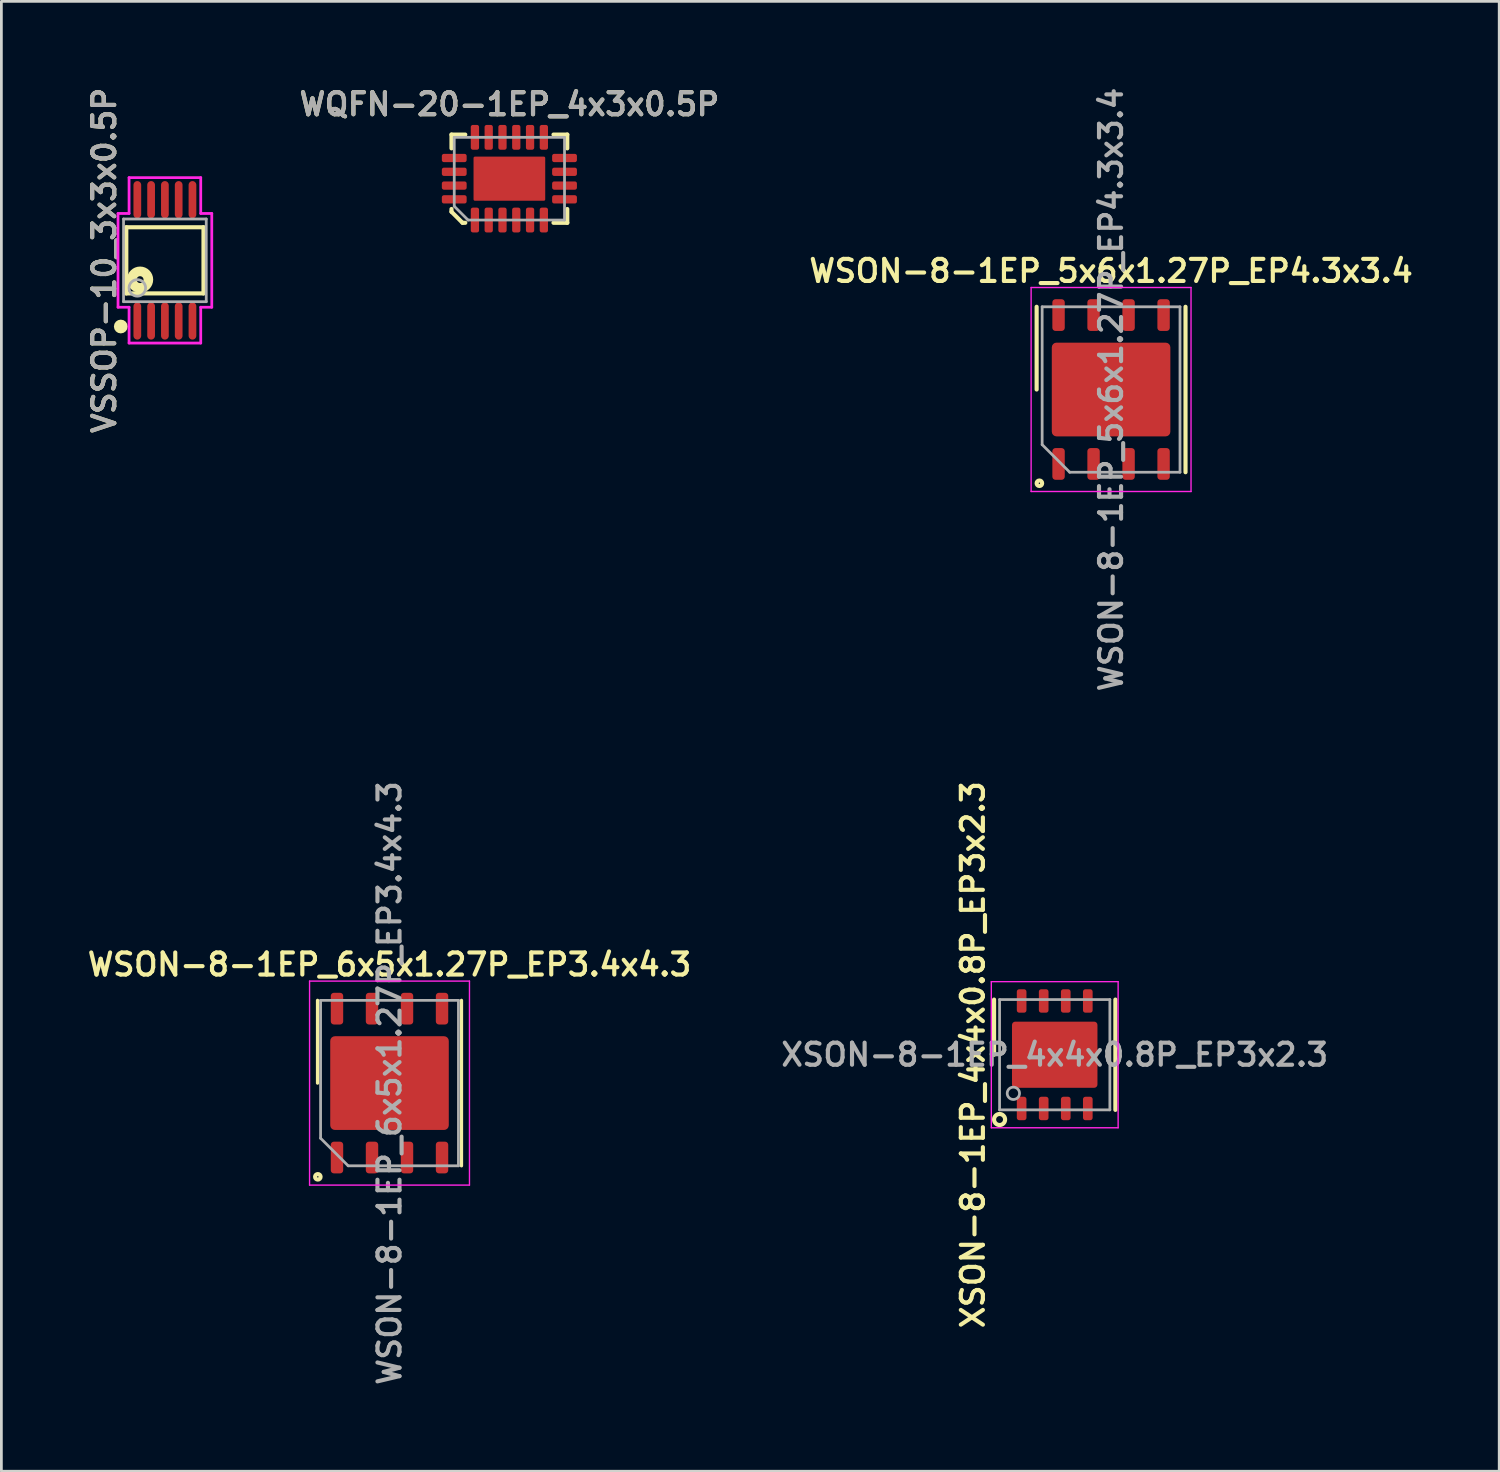
<source format=kicad_pcb>
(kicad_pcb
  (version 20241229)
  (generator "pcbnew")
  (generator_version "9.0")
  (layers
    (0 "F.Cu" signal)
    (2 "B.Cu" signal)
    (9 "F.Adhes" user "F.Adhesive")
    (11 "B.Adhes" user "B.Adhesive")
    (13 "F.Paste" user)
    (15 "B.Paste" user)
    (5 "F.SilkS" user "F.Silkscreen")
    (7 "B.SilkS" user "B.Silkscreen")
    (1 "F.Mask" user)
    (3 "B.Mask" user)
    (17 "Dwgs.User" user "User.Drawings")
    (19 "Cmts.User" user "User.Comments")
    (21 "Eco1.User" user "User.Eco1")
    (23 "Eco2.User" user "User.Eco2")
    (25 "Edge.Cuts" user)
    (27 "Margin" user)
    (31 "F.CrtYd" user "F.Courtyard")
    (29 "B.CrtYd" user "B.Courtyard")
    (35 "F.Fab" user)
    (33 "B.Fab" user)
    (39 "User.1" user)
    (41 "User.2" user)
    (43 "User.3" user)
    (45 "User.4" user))
  (footprint "WSON-8-1EP_6x5x1.27P_EP3.4x4.3"
    (layer "F.Cu")
    (at 11.078 36.235)
    (property "Reference" "WSON-8-1EP_6x5x1.27P_EP3.4x4.3" (at 0 -4.3 180) (layer "F.SilkS") (effects (font (size 0.8 0.8) (thickness 0.15))))
    (attr smd)
    (fp_line (start -2.61 0) (end -2.61 -3) (stroke (width 0.12) (type solid)) (layer "F.SilkS"))
    (fp_line (start 2.61 3) (end 2.61 -3) (stroke (width 0.12) (type solid)) (layer "F.SilkS"))
    (fp_circle (center -2.6 3.4) (end -2.6 3.3) (stroke (width 0.15) (type solid)) (fill no) (layer "F.SilkS"))
    (fp_line (start -2.9 -3.7) (end 2.9 -3.7) (stroke (width 0.05) (type solid)) (layer "F.CrtYd"))
    (fp_line (start -2.9 3.7) (end -2.9 -3.7) (stroke (width 0.05) (type solid)) (layer "F.CrtYd"))
    (fp_line (start 2.9 -3.7) (end 2.9 3.7) (stroke (width 0.05) (type solid)) (layer "F.CrtYd"))
    (fp_line (start 2.9 3.7) (end -2.9 3.7) (stroke (width 0.05) (type solid)) (layer "F.CrtYd"))
    (fp_line (start -2.5 -3) (end 2.5 -3) (stroke (width 0.1) (type solid)) (layer "F.Fab"))
    (fp_line (start -2.5 2) (end -2.5 -3) (stroke (width 0.1) (type solid)) (layer "F.Fab"))
    (fp_line (start -1.5 3) (end -2.5 2) (stroke (width 0.1) (type solid)) (layer "F.Fab"))
    (fp_line (start 2.5 -3) (end 2.5 3) (stroke (width 0.1) (type solid)) (layer "F.Fab"))
    (fp_line (start 2.5 3) (end -1.5 3) (stroke (width 0.1) (type solid)) (layer "F.Fab"))
    (fp_text user "${REFERENCE}" (at 0 0 90) (layer "F.Fab") (effects (font (size 0.8 0.8) (thickness 0.15))))
    (pad "" smd roundrect (at -1.075 -0.85 90) (size 1.37 1.73) (layers "F.Paste") (roundrect_rratio 0.182))
    (pad "" smd roundrect (at -1.075 0.85 90) (size 1.37 1.73) (layers "F.Paste") (roundrect_rratio 0.182))
    (pad "" smd roundrect (at 1.075 -0.85 90) (size 1.37 1.73) (layers "F.Paste") (roundrect_rratio 0.182))
    (pad "" smd roundrect (at 1.075 0.85 90) (size 1.37 1.73) (layers "F.Paste") (roundrect_rratio 0.182))
    (pad "1" smd roundrect (at -1.905 2.7 90) (size 1.15 0.45) (layers "F.Cu" "F.Mask" "F.Paste") (roundrect_rratio 0.25))
    (pad "2" smd roundrect (at -0.635 2.7 90) (size 1.15 0.45) (layers "F.Cu" "F.Mask" "F.Paste") (roundrect_rratio 0.25))
    (pad "3" smd roundrect (at 0.635 2.7 90) (size 1.15 0.45) (layers "F.Cu" "F.Mask" "F.Paste") (roundrect_rratio 0.25))
    (pad "4" smd roundrect (at 1.905 2.7 90) (size 1.15 0.45) (layers "F.Cu" "F.Mask" "F.Paste") (roundrect_rratio 0.25))
    (pad "5" smd roundrect (at 1.905 -2.7 90) (size 1.15 0.45) (layers "F.Cu" "F.Mask" "F.Paste") (roundrect_rratio 0.25))
    (pad "6" smd roundrect (at 0.635 -2.7 90) (size 1.15 0.45) (layers "F.Cu" "F.Mask" "F.Paste") (roundrect_rratio 0.25))
    (pad "7" smd roundrect (at -0.635 -2.7 90) (size 1.15 0.45) (layers "F.Cu" "F.Mask" "F.Paste") (roundrect_rratio 0.25))
    (pad "8" smd roundrect (at -1.905 -2.7 90) (size 1.15 0.45) (layers "F.Cu" "F.Mask" "F.Paste") (roundrect_rratio 0.25))
    (pad "9" smd roundrect (at 0 0 90) (size 3.4 4.3) (layers "F.Cu" "F.Mask") (roundrect_rratio 0.05)))
  (footprint "WQFN-20-1EP_4x3x0.5P"
    (layer "F.Cu")
    (at 15.426 3.431)
    (property "Reference" "WQFN-20-1EP_4x3x0.5P" (at 0 -2.7 0) (layer "F.SilkS") (effects (font (size 0.8 0.8) (thickness 0.15))))
    (attr smd)
    (fp_line (start -2.1 -1.6) (end -1.6 -1.6) (stroke (width 0.15) (type solid)) (layer "F.SilkS"))
    (fp_line (start -2.1 -1.1) (end -2.1 -1.6) (stroke (width 0.15) (type solid)) (layer "F.SilkS"))
    (fp_line (start -2.1 1.2) (end -2.1 1.1) (stroke (width 0.15) (type solid)) (layer "F.SilkS"))
    (fp_line (start -1.7 1.6) (end -2.1 1.2) (stroke (width 0.15) (type solid)) (layer "F.SilkS"))
    (fp_line (start -1.6 1.6) (end -1.7 1.6) (stroke (width 0.15) (type solid)) (layer "F.SilkS"))
    (fp_line (start 1.6 -1.6) (end 2.1 -1.6) (stroke (width 0.15) (type solid)) (layer "F.SilkS"))
    (fp_line (start 2.1 -1.6) (end 2.1 -1.1) (stroke (width 0.15) (type solid)) (layer "F.SilkS"))
    (fp_line (start 2.1 1.1) (end 2.1 1.6) (stroke (width 0.15) (type solid)) (layer "F.SilkS"))
    (fp_line (start 2.1 1.6) (end 1.6 1.6) (stroke (width 0.15) (type solid)) (layer "F.SilkS"))
    (fp_poly (pts (xy -0.1 0.7) (xy -1.2 0.7) (xy -1.2 -0.7) (xy -0.1 -0.7)) (stroke (width 0.1) (type solid)) (fill yes) (layer "F.Paste"))
    (fp_poly (pts (xy 1.2 0.7) (xy 0.1 0.7) (xy 0.1 -0.7) (xy 1.2 -0.7)) (stroke (width 0.1) (type solid)) (fill yes) (layer "F.Paste"))
    (fp_line (start -2 -1.5) (end 2 -1.5) (stroke (width 0.1) (type solid)) (layer "F.Fab"))
    (fp_line (start -2 1) (end -2 -1.5) (stroke (width 0.1) (type solid)) (layer "F.Fab"))
    (fp_line (start -1.5 1.5) (end -2 1) (stroke (width 0.1) (type solid)) (layer "F.Fab"))
    (fp_line (start 2 -1.5) (end 2 1.5) (stroke (width 0.1) (type solid)) (layer "F.Fab"))
    (fp_line (start 2 1.5) (end -1.5 1.5) (stroke (width 0.1) (type solid)) (layer "F.Fab"))
    (fp_text user "${REFERENCE}" (at 0 -2.7 0) (layer "F.Fab") (effects (font (size 0.8 0.8) (thickness 0.15))))
    (pad "1" smd roundrect (at -1.25 1.5 180) (size 0.3 0.9) (layers "F.Cu" "F.Mask" "F.Paste") (roundrect_rratio 0.25))
    (pad "2" smd roundrect (at -0.75 1.5) (size 0.3 0.9) (layers "F.Cu" "F.Mask" "F.Paste") (roundrect_rratio 0.25))
    (pad "3" smd roundrect (at -0.25 1.5) (size 0.3 0.9) (layers "F.Cu" "F.Mask" "F.Paste") (roundrect_rratio 0.25))
    (pad "4" smd roundrect (at 0.25 1.5) (size 0.3 0.9) (layers "F.Cu" "F.Mask" "F.Paste") (roundrect_rratio 0.25))
    (pad "5" smd roundrect (at 0.75 1.5) (size 0.3 0.9) (layers "F.Cu" "F.Mask" "F.Paste") (roundrect_rratio 0.25))
    (pad "6" smd roundrect (at 1.25 1.5) (size 0.3 0.9) (layers "F.Cu" "F.Mask" "F.Paste") (roundrect_rratio 0.25))
    (pad "7" smd roundrect (at 2 0.75 90) (size 0.3 0.9) (layers "F.Cu" "F.Mask" "F.Paste") (roundrect_rratio 0.25))
    (pad "8" smd roundrect (at 2 0.25 90) (size 0.3 0.9) (layers "F.Cu" "F.Mask" "F.Paste") (roundrect_rratio 0.25))
    (pad "9" smd roundrect (at 2 -0.25 90) (size 0.3 0.9) (layers "F.Cu" "F.Mask" "F.Paste") (roundrect_rratio 0.25))
    (pad "10" smd roundrect (at 2 -0.75 90) (size 0.3 0.9) (layers "F.Cu" "F.Mask" "F.Paste") (roundrect_rratio 0.25))
    (pad "11" smd roundrect (at 1.25 -1.5 180) (size 0.3 0.9) (layers "F.Cu" "F.Mask" "F.Paste") (roundrect_rratio 0.25))
    (pad "12" smd roundrect (at 0.75 -1.5 180) (size 0.3 0.9) (layers "F.Cu" "F.Mask" "F.Paste") (roundrect_rratio 0.25))
    (pad "13" smd roundrect (at 0.25 -1.5 180) (size 0.3 0.9) (layers "F.Cu" "F.Mask" "F.Paste") (roundrect_rratio 0.25))
    (pad "14" smd roundrect (at -0.25 -1.5 180) (size 0.3 0.9) (layers "F.Cu" "F.Mask" "F.Paste") (roundrect_rratio 0.25))
    (pad "15" smd roundrect (at -0.75 -1.5 180) (size 0.3 0.9) (layers "F.Cu" "F.Mask" "F.Paste") (roundrect_rratio 0.25))
    (pad "16" smd roundrect (at -1.25 -1.5 180) (size 0.3 0.9) (layers "F.Cu" "F.Mask" "F.Paste") (roundrect_rratio 0.25))
    (pad "17" smd roundrect (at -2 -0.75 270) (size 0.3 0.9) (layers "F.Cu" "F.Mask" "F.Paste") (roundrect_rratio 0.25))
    (pad "18" smd roundrect (at -2 -0.25 270) (size 0.3 0.9) (layers "F.Cu" "F.Mask" "F.Paste") (roundrect_rratio 0.25))
    (pad "19" smd roundrect (at -2 0.25 270) (size 0.3 0.9) (layers "F.Cu" "F.Mask" "F.Paste") (roundrect_rratio 0.25))
    (pad "20" smd roundrect (at -2 0.75 270) (size 0.3 0.9) (layers "F.Cu" "F.Mask" "F.Paste") (roundrect_rratio 0.25))
    (pad "21" smd roundrect (at 0 0 90) (size 1.6 2.6) (layers "F.Cu" "F.Mask") (roundrect_rratio 0.031)))
  (footprint "WSON-8-1EP_5x6x1.27P_EP4.3x3.4"
    (layer "F.Cu")
    (at 37.25 11.078)
    (property "Reference" "WSON-8-1EP_5x6x1.27P_EP4.3x3.4" (at 0 -4.3 180) (layer "F.SilkS") (effects (font (size 0.8 0.8) (thickness 0.15))))
    (attr smd)
    (fp_line (start -2.7 0) (end -2.7 -3) (stroke (width 0.15) (type solid)) (layer "F.SilkS"))
    (fp_line (start 2.7 3) (end 2.7 -3) (stroke (width 0.15) (type solid)) (layer "F.SilkS"))
    (fp_circle (center -2.6 3.4) (end -2.6 3.3) (stroke (width 0.15) (type solid)) (fill no) (layer "F.SilkS"))
    (fp_line (start -2.9 -3.7) (end 2.9 -3.7) (stroke (width 0.05) (type solid)) (layer "F.CrtYd"))
    (fp_line (start -2.9 3.7) (end -2.9 -3.7) (stroke (width 0.05) (type solid)) (layer "F.CrtYd"))
    (fp_line (start 2.9 -3.7) (end 2.9 3.7) (stroke (width 0.05) (type solid)) (layer "F.CrtYd"))
    (fp_line (start 2.9 3.7) (end -2.9 3.7) (stroke (width 0.05) (type solid)) (layer "F.CrtYd"))
    (fp_line (start -2.5 -3) (end 2.5 -3) (stroke (width 0.1) (type solid)) (layer "F.Fab"))
    (fp_line (start -2.5 2) (end -2.5 -3) (stroke (width 0.1) (type solid)) (layer "F.Fab"))
    (fp_line (start -1.5 3) (end -2.5 2) (stroke (width 0.1) (type solid)) (layer "F.Fab"))
    (fp_line (start 2.5 -3) (end 2.5 3) (stroke (width 0.1) (type solid)) (layer "F.Fab"))
    (fp_line (start 2.5 3) (end -1.5 3) (stroke (width 0.1) (type solid)) (layer "F.Fab"))
    (fp_text user "${REFERENCE}" (at 0 0 90) (layer "F.Fab") (effects (font (size 0.8 0.8) (thickness 0.15))))
    (pad "" smd roundrect (at -1.075 -0.85 90) (size 1.37 1.73) (layers "F.Paste") (roundrect_rratio 0.182))
    (pad "" smd roundrect (at -1.075 0.85 90) (size 1.37 1.73) (layers "F.Paste") (roundrect_rratio 0.182))
    (pad "" smd roundrect (at 1.075 -0.85 90) (size 1.37 1.73) (layers "F.Paste") (roundrect_rratio 0.182))
    (pad "" smd roundrect (at 1.075 0.85 90) (size 1.37 1.73) (layers "F.Paste") (roundrect_rratio 0.182))
    (pad "1" smd roundrect (at -1.905 2.7 90) (size 1.15 0.45) (layers "F.Cu" "F.Mask" "F.Paste") (roundrect_rratio 0.25))
    (pad "2" smd roundrect (at -0.635 2.7 90) (size 1.15 0.45) (layers "F.Cu" "F.Mask" "F.Paste") (roundrect_rratio 0.25))
    (pad "3" smd roundrect (at 0.635 2.7 90) (size 1.15 0.45) (layers "F.Cu" "F.Mask" "F.Paste") (roundrect_rratio 0.25))
    (pad "4" smd roundrect (at 1.905 2.7 90) (size 1.15 0.45) (layers "F.Cu" "F.Mask" "F.Paste") (roundrect_rratio 0.25))
    (pad "5" smd roundrect (at 1.905 -2.7 90) (size 1.15 0.45) (layers "F.Cu" "F.Mask" "F.Paste") (roundrect_rratio 0.25))
    (pad "6" smd roundrect (at 0.635 -2.7 90) (size 1.15 0.45) (layers "F.Cu" "F.Mask" "F.Paste") (roundrect_rratio 0.25))
    (pad "7" smd roundrect (at -0.635 -2.7 90) (size 1.15 0.45) (layers "F.Cu" "F.Mask" "F.Paste") (roundrect_rratio 0.25))
    (pad "8" smd roundrect (at -1.905 -2.7 90) (size 1.15 0.45) (layers "F.Cu" "F.Mask" "F.Paste") (roundrect_rratio 0.25))
    (pad "9" smd roundrect (at 0 0 90) (size 3.4 4.3) (layers "F.Cu" "F.Mask") (roundrect_rratio 0.05)))
  (footprint "VSSOP-10_3x3x0.5P"
    (layer "F.Cu")
    (at 2.931 6.393)
    (property "Reference" "VSSOP-10_3x3x0.5P" (at -2.2 0 90) (layer "F.SilkS") (effects (font (size 0.8 0.8) (thickness 0.15))))
    (attr smd)
    (fp_line (start -1.4 -1.2) (end 1.4 -1.2) (stroke (width 0.15) (type solid)) (layer "F.SilkS"))
    (fp_line (start -1.4 1.2) (end -1.4 -1.2) (stroke (width 0.15) (type solid)) (layer "F.SilkS"))
    (fp_line (start -1.4 1.2) (end 1.4 1.2) (stroke (width 0.15) (type solid)) (layer "F.SilkS"))
    (fp_line (start 1.4 1.2) (end 1.4 -1.2) (stroke (width 0.15) (type solid)) (layer "F.SilkS"))
    (fp_circle (center -1.6 2.4) (end -1.475 2.4) (stroke (width 0.25) (type solid)) (fill no) (layer "F.SilkS"))
    (fp_circle (center -0.9 0.7) (end -0.775 0.7) (stroke (width 0.35) (type solid)) (fill no) (layer "F.SilkS"))
    (fp_line (start -1.7 -1.7) (end -1.7 1.7) (stroke (width 0.1) (type solid)) (layer "F.CrtYd"))
    (fp_line (start -1.7 1.7) (end -1.3 1.7) (stroke (width 0.1) (type solid)) (layer "F.CrtYd"))
    (fp_line (start -1.3 -3) (end -1.3 -1.7) (stroke (width 0.1) (type solid)) (layer "F.CrtYd"))
    (fp_line (start -1.3 -1.7) (end -1.7 -1.7) (stroke (width 0.1) (type solid)) (layer "F.CrtYd"))
    (fp_line (start -1.3 1.7) (end -1.3 3) (stroke (width 0.1) (type solid)) (layer "F.CrtYd"))
    (fp_line (start -1.3 3) (end 1.3 3) (stroke (width 0.1) (type solid)) (layer "F.CrtYd"))
    (fp_line (start 1.3 -3) (end -1.3 -3) (stroke (width 0.1) (type solid)) (layer "F.CrtYd"))
    (fp_line (start 1.3 -1.7) (end 1.3 -3) (stroke (width 0.1) (type solid)) (layer "F.CrtYd"))
    (fp_line (start 1.3 1.7) (end 1.7 1.7) (stroke (width 0.1) (type solid)) (layer "F.CrtYd"))
    (fp_line (start 1.3 3) (end 1.3 1.7) (stroke (width 0.1) (type solid)) (layer "F.CrtYd"))
    (fp_line (start 1.7 -1.7) (end 1.3 -1.7) (stroke (width 0.1) (type solid)) (layer "F.CrtYd"))
    (fp_line (start 1.7 1.7) (end 1.7 -1.7) (stroke (width 0.1) (type solid)) (layer "F.CrtYd"))
    (fp_line (start -1.5 -1.5) (end 1.5 -1.5) (stroke (width 0.1) (type solid)) (layer "F.Fab"))
    (fp_line (start -1.5 1.5) (end -1.5 -1.5) (stroke (width 0.1) (type solid)) (layer "F.Fab"))
    (fp_line (start -1.5 1.5) (end 1.5 1.5) (stroke (width 0.1) (type solid)) (layer "F.Fab"))
    (fp_line (start 1.5 1.5) (end 1.5 -1.5) (stroke (width 0.1) (type solid)) (layer "F.Fab"))
    (fp_circle (center -1 1) (end -0.7 1) (stroke (width 0.1) (type solid)) (fill no) (layer "F.Fab"))
    (fp_text user "${REFERENCE}" (at -2.2 0 90) (layer "F.Fab") (effects (font (size 0.8 0.8) (thickness 0.15))))
    (pad "1" smd oval (at -1 2.2 270) (size 1.35 0.28) (layers "F.Cu" "F.Mask" "F.Paste"))
    (pad "2" smd oval (at -0.5 2.2 270) (size 1.35 0.28) (layers "F.Cu" "F.Mask" "F.Paste"))
    (pad "3" smd oval (at 0 2.2 270) (size 1.35 0.28) (layers "F.Cu" "F.Mask" "F.Paste"))
    (pad "4" smd oval (at 0.5 2.2 270) (size 1.35 0.28) (layers "F.Cu" "F.Mask" "F.Paste"))
    (pad "5" smd oval (at 1 2.2 270) (size 1.35 0.28) (layers "F.Cu" "F.Mask" "F.Paste"))
    (pad "6" smd oval (at 1 -2.2 270) (size 1.35 0.28) (layers "F.Cu" "F.Mask" "F.Paste"))
    (pad "7" smd oval (at 0.5 -2.2 270) (size 1.35 0.28) (layers "F.Cu" "F.Mask" "F.Paste"))
    (pad "8" smd oval (at 0 -2.2 270) (size 1.35 0.28) (layers "F.Cu" "F.Mask" "F.Paste"))
    (pad "9" smd oval (at -0.5 -2.2 270) (size 1.35 0.28) (layers "F.Cu" "F.Mask" "F.Paste"))
    (pad "10" smd oval (at -1 -2.2 270) (size 1.35 0.28) (layers "F.Cu" "F.Mask" "F.Paste")))
  (footprint "XSON-8-1EP_4x4x0.8P_EP3x2.3"
    (layer "F.Cu")
    (at 35.206 35.206)
    (property "Reference" "XSON-8-1EP_4x4x0.8P_EP3x2.3" (at -2.5 0 90) (layer "F.SilkS") (effects (font (size 0.8 0.8) (thickness 0.15)) (justify bottom)))
    (attr smd)
    (fp_line (start -2.2 -2) (end -2.2 0) (stroke (width 0.15) (type solid)) (layer "F.SilkS"))
    (fp_line (start 2.2 -2) (end 2.2 2) (stroke (width 0.15) (type solid)) (layer "F.SilkS"))
    (fp_circle (center -2 2.35) (end -1.8 2.35) (stroke (width 0.15) (type solid)) (fill no) (layer "F.SilkS"))
    (fp_poly (pts (xy -0.3 -0.2) (xy -0.3 -0.8) (xy -1.3 -0.8) (xy -1.3 -0.2)) (stroke (width 0) (type solid)) (fill yes) (layer "F.Paste"))
    (fp_poly (pts (xy -0.3 0.8) (xy -0.3 0.2) (xy -1.3 0.2) (xy -1.3 0.8)) (stroke (width 0) (type solid)) (fill yes) (layer "F.Paste"))
    (fp_poly (pts (xy 1.3 -0.2) (xy 1.3 -0.8) (xy 0.3 -0.8) (xy 0.3 -0.2)) (stroke (width 0) (type solid)) (fill yes) (layer "F.Paste"))
    (fp_poly (pts (xy 1.3 0.8) (xy 1.3 0.2) (xy 0.3 0.2) (xy 0.3 0.8)) (stroke (width 0) (type solid)) (fill yes) (layer "F.Paste"))
    (fp_line (start -2.3 -2.65) (end -2.3 2.65) (stroke (width 0.05) (type solid)) (layer "F.CrtYd"))
    (fp_line (start -2.3 2.65) (end 2.3 2.65) (stroke (width 0.05) (type solid)) (layer "F.CrtYd"))
    (fp_line (start 2.3 -2.65) (end -2.3 -2.65) (stroke (width 0.05) (type solid)) (layer "F.CrtYd"))
    (fp_line (start 2.3 2.65) (end 2.3 -2.65) (stroke (width 0.05) (type solid)) (layer "F.CrtYd"))
    (fp_line (start -2 -2) (end 2 -2) (stroke (width 0.1) (type solid)) (layer "F.Fab"))
    (fp_line (start -2 2) (end -2 -2) (stroke (width 0.1) (type solid)) (layer "F.Fab"))
    (fp_line (start 2 -2) (end 2 2) (stroke (width 0.1) (type solid)) (layer "F.Fab"))
    (fp_line (start 2 2) (end -2 2) (stroke (width 0.1) (type solid)) (layer "F.Fab"))
    (fp_circle (center -1.5 1.4) (end -1.4 1.2) (stroke (width 0.1) (type solid)) (fill no) (layer "F.Fab"))
    (fp_text user "${REFERENCE}" (at 0 0 0) (layer "F.Fab") (effects (font (size 0.8 0.8) (thickness 0.15))))
    (pad "1" smd roundrect (at -1.2 1.95) (size 0.35 0.85) (layers "F.Cu" "F.Mask" "F.Paste") (roundrect_rratio 0.25))
    (pad "2" smd roundrect (at -0.4 1.95) (size 0.35 0.85) (layers "F.Cu" "F.Mask" "F.Paste") (roundrect_rratio 0.25))
    (pad "3" smd roundrect (at 0.4 1.95) (size 0.35 0.85) (layers "F.Cu" "F.Mask" "F.Paste") (roundrect_rratio 0.25))
    (pad "4" smd roundrect (at 1.2 1.95) (size 0.35 0.85) (layers "F.Cu" "F.Mask" "F.Paste") (roundrect_rratio 0.25))
    (pad "5" smd roundrect (at 1.2 -1.95) (size 0.35 0.85) (layers "F.Cu" "F.Mask" "F.Paste") (roundrect_rratio 0.25))
    (pad "6" smd roundrect (at 0.4 -1.95) (size 0.35 0.85) (layers "F.Cu" "F.Mask" "F.Paste") (roundrect_rratio 0.25))
    (pad "7" smd roundrect (at -0.4 -1.95) (size 0.35 0.85) (layers "F.Cu" "F.Mask" "F.Paste") (roundrect_rratio 0.25))
    (pad "8" smd roundrect (at -1.2 -1.95) (size 0.35 0.85) (layers "F.Cu" "F.Mask" "F.Paste") (roundrect_rratio 0.25))
    (pad "9" smd roundrect (at 0 0 90) (size 2.4 3.1) (layers "F.Cu" "F.Mask") (roundrect_rratio 0.05)))
  (gr_rect
    (start -3 -3)
    (end 51.328 50.313)
    (stroke (width 0.1) (type default))
    (fill no)
    (layer "Edge.Cuts")))
</source>
